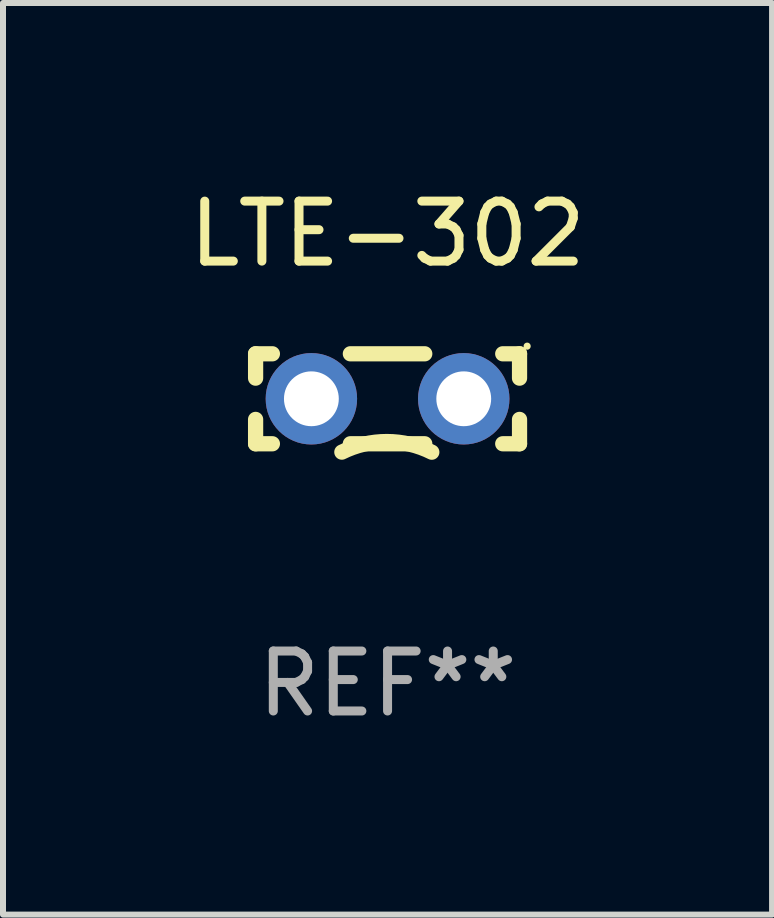
<source format=kicad_pcb>
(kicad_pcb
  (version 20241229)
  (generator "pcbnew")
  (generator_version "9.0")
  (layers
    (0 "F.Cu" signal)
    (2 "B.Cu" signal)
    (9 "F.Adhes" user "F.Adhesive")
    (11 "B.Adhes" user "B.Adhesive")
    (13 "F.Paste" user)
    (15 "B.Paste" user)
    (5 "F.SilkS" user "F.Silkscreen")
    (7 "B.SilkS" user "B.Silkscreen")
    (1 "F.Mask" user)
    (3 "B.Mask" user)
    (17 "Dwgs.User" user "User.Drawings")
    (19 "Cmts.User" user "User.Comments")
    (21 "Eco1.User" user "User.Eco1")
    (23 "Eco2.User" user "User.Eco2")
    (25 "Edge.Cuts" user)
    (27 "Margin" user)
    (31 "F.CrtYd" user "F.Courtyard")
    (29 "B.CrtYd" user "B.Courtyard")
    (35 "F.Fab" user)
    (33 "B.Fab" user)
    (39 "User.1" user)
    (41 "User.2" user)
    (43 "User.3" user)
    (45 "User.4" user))
  (footprint "LTE-302"
    (layer "F.Cu")
    (at 3.411 3.598)
    (property "Reference" "LTE-302" (at 0 -2.75 0) (layer "F.SilkS") (effects (font (size 1 1) (thickness 0.15))))
    (attr through_hole)
    (fp_line (start -2.2 -0.75) (end -2.2 -0.344) (stroke (width 0.254) (type solid)) (layer "F.SilkS"))
    (fp_line (start -2.2 -0.75) (end -1.92 -0.75) (stroke (width 0.254) (type solid)) (layer "F.SilkS"))
    (fp_line (start -2.2 0.344) (end -2.2 0.75) (stroke (width 0.254) (type solid)) (layer "F.SilkS"))
    (fp_line (start -2.2 0.75) (end -1.92 0.75) (stroke (width 0.254) (type solid)) (layer "F.SilkS"))
    (fp_line (start -0.62 -0.75) (end 0.62 -0.75) (stroke (width 0.254) (type solid)) (layer "F.SilkS"))
    (fp_line (start -0.62 0.75) (end 0.62 0.75) (stroke (width 0.254) (type solid)) (layer "F.SilkS"))
    (fp_line (start 1.92 -0.75) (end 2.2 -0.75) (stroke (width 0.254) (type solid)) (layer "F.SilkS"))
    (fp_line (start 1.92 0.75) (end 2.2 0.75) (stroke (width 0.254) (type solid)) (layer "F.SilkS"))
    (fp_line (start 2.2 -0.75) (end 2.2 -0.344) (stroke (width 0.254) (type solid)) (layer "F.SilkS"))
    (fp_line (start 2.2 0.344) (end 2.2 0.75) (stroke (width 0.254) (type solid)) (layer "F.SilkS"))
    (fp_arc (start -0.762002 0.889002) (mid -0.012213 0.712767) (end 0.737312 0.890119) (stroke (width 0.254001) (type solid)) (layer "F.SilkS"))
    (fp_circle (center 2.327 -0.877) (end 2.357 -0.877) (stroke (width 0.06) (type solid)) (fill no) (layer "F.SilkS"))
    (fp_text user "REF**" (at 0 4.75 0) (layer "F.Fab") (effects (font (size 1 1) (thickness 0.15))))
    (pad "1" thru_hole circle (at 1.27 0) (size 1.524 1.524) (drill 0.914) (layers "*.Cu" "*.Mask"))
    (pad "2" thru_hole circle (at -1.27 0) (size 1.524 1.524) (drill 0.914) (layers "*.Cu" "*.Mask")))
  (gr_rect
    (start -3 -3)
    (end 9.821 12.197)
    (stroke (width 0.1) (type default))
    (fill no)
    (layer "Edge.Cuts")))
</source>
